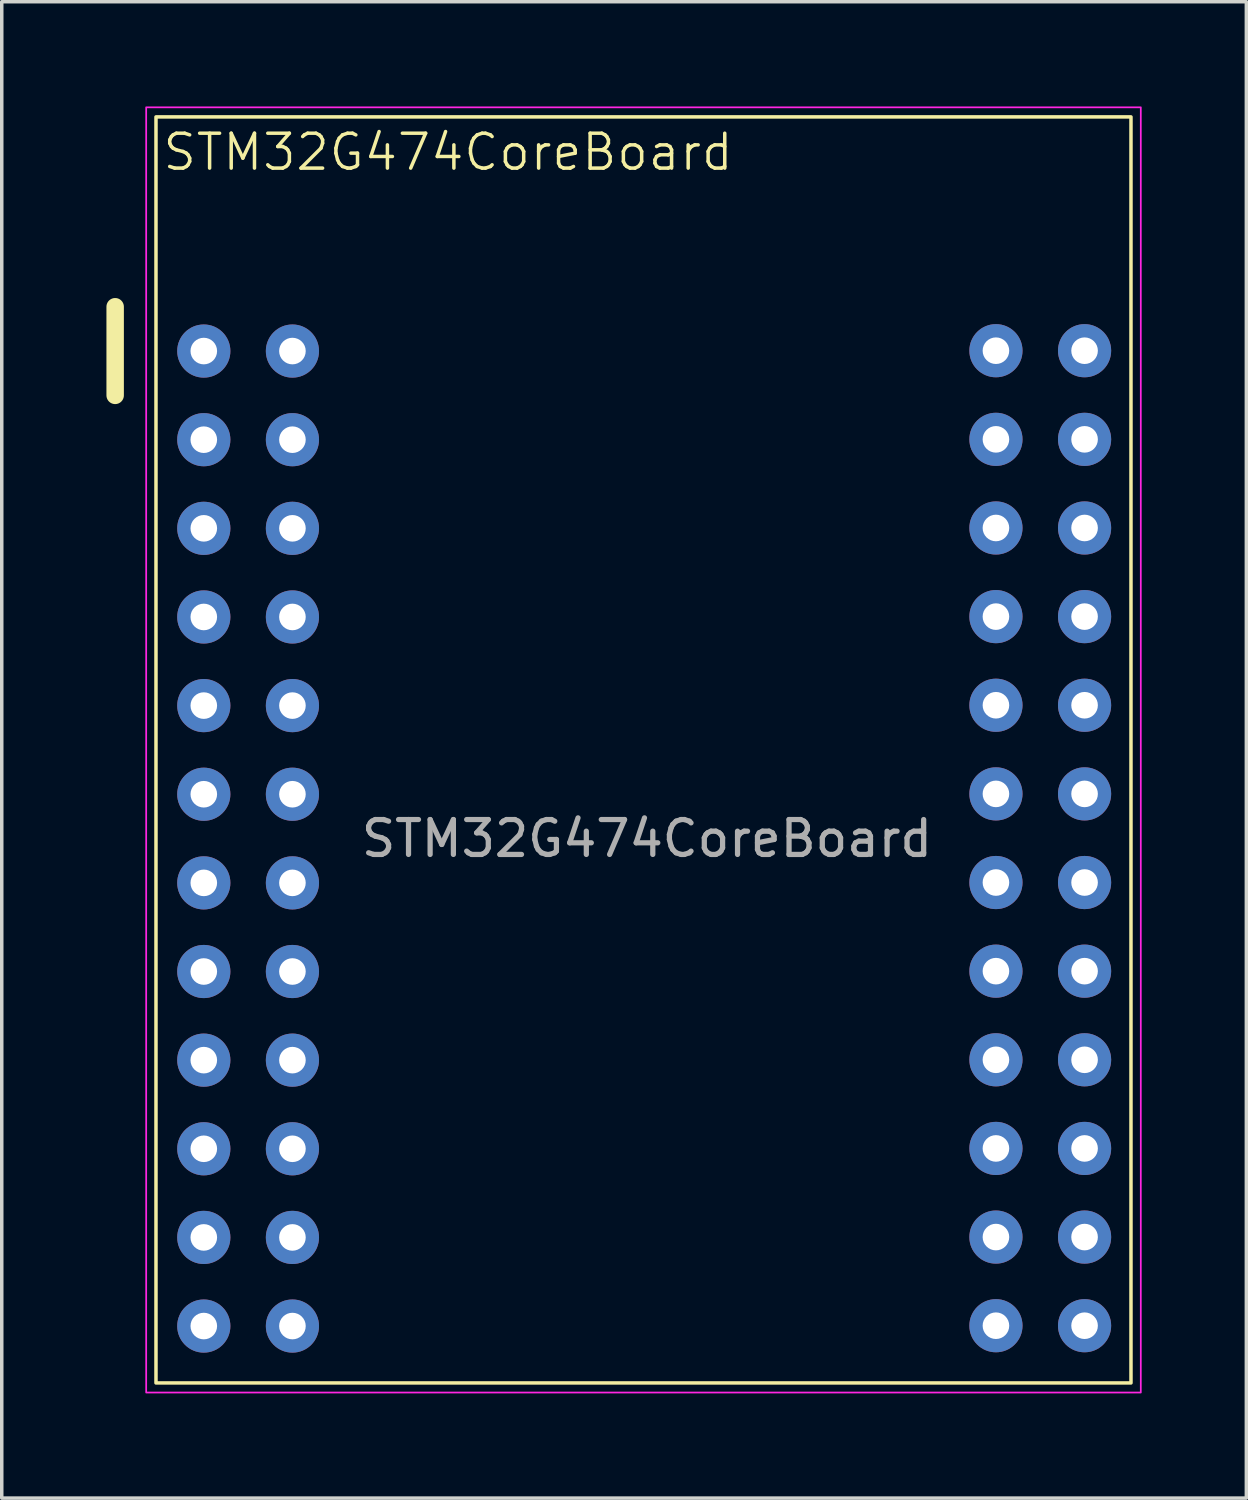
<source format=kicad_pcb>
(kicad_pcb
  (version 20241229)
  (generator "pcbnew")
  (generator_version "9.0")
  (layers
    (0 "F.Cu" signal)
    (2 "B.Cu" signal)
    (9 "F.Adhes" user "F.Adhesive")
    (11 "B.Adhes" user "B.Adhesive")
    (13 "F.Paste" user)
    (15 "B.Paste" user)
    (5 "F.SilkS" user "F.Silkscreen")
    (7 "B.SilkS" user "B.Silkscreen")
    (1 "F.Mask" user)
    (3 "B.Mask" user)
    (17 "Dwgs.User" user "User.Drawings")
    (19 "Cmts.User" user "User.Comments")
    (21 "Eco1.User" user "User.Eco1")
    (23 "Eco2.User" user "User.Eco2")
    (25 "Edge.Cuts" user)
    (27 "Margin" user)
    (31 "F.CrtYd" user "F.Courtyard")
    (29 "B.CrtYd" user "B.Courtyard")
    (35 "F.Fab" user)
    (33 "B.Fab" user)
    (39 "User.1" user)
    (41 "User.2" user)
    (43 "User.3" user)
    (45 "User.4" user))
  (footprint "STM32G474CoreBoard"
    (layer "F.Cu")
    (at 15.49 19.71)
    (property "Reference" "STM32G474CoreBoard" (at -5.7 -18.4 0) (unlocked yes) (layer "F.SilkS") (effects (font (size 1 1) (thickness 0.1))))
    (attr through_hole)
    (fp_line (start -15.24 -13.97) (end -15.24 -11.43) (stroke (width 0.5) (type default)) (layer "F.SilkS"))
    (fp_rect (start -14.07 -19.41) (end 13.87 16.87) (stroke (width 0.1) (type default)) (fill no) (layer "F.SilkS"))
    (fp_rect (start -14.351 -19.685) (end 14.151 17.145) (stroke (width 0.05) (type default)) (fill no) (layer "F.CrtYd"))
    (fp_text user "${REFERENCE}" (at 0 1.27 0) (unlocked yes) (layer "F.Fab") (effects (font (size 1 1) (thickness 0.15))))
    (pad "1" thru_hole circle (at -12.7 -12.7) (size 1.524 1.524) (drill 0.762) (layers "*.Cu" "*.Mask"))
    (pad "2" thru_hole circle (at -10.16 -12.7) (size 1.524 1.524) (drill 0.762) (layers "*.Cu" "*.Mask"))
    (pad "3" thru_hole circle (at -12.7 -10.16) (size 1.524 1.524) (drill 0.762) (layers "*.Cu" "*.Mask"))
    (pad "4" thru_hole circle (at -10.16 -10.16) (size 1.524 1.524) (drill 0.762) (layers "*.Cu" "*.Mask"))
    (pad "5" thru_hole circle (at -12.7 -7.62) (size 1.524 1.524) (drill 0.762) (layers "*.Cu" "*.Mask"))
    (pad "6" thru_hole circle (at -10.16 -7.62) (size 1.524 1.524) (drill 0.762) (layers "*.Cu" "*.Mask"))
    (pad "7" thru_hole circle (at -12.7 -5.08) (size 1.524 1.524) (drill 0.762) (layers "*.Cu" "*.Mask"))
    (pad "8" thru_hole circle (at -10.16 -5.08) (size 1.524 1.524) (drill 0.762) (layers "*.Cu" "*.Mask"))
    (pad "9" thru_hole circle (at -12.7 -2.54) (size 1.524 1.524) (drill 0.762) (layers "*.Cu" "*.Mask"))
    (pad "10" thru_hole circle (at -10.16 -2.54) (size 1.524 1.524) (drill 0.762) (layers "*.Cu" "*.Mask"))
    (pad "11" thru_hole circle (at -12.7 0) (size 1.524 1.524) (drill 0.762) (layers "*.Cu" "*.Mask"))
    (pad "12" thru_hole circle (at -10.16 0) (size 1.524 1.524) (drill 0.762) (layers "*.Cu" "*.Mask"))
    (pad "13" thru_hole circle (at -12.7 2.54) (size 1.524 1.524) (drill 0.762) (layers "*.Cu" "*.Mask"))
    (pad "14" thru_hole circle (at -10.16 2.54) (size 1.524 1.524) (drill 0.762) (layers "*.Cu" "*.Mask"))
    (pad "15" thru_hole circle (at -12.7 5.08) (size 1.524 1.524) (drill 0.762) (layers "*.Cu" "*.Mask"))
    (pad "16" thru_hole circle (at -10.16 5.08) (size 1.524 1.524) (drill 0.762) (layers "*.Cu" "*.Mask"))
    (pad "17" thru_hole circle (at -12.7 7.62) (size 1.524 1.524) (drill 0.762) (layers "*.Cu" "*.Mask"))
    (pad "18" thru_hole circle (at -10.16 7.62) (size 1.524 1.524) (drill 0.762) (layers "*.Cu" "*.Mask"))
    (pad "19" thru_hole circle (at -12.7 10.16) (size 1.524 1.524) (drill 0.762) (layers "*.Cu" "*.Mask"))
    (pad "20" thru_hole circle (at -10.16 10.16) (size 1.524 1.524) (drill 0.762) (layers "*.Cu" "*.Mask"))
    (pad "21" thru_hole circle (at -12.7 12.7) (size 1.524 1.524) (drill 0.762) (layers "*.Cu" "*.Mask"))
    (pad "22" thru_hole circle (at -10.16 12.7) (size 1.524 1.524) (drill 0.762) (layers "*.Cu" "*.Mask"))
    (pad "23" thru_hole circle (at -12.7 15.24) (size 1.524 1.524) (drill 0.762) (layers "*.Cu" "*.Mask"))
    (pad "24" thru_hole circle (at -10.16 15.24) (size 1.524 1.524) (drill 0.762) (layers "*.Cu" "*.Mask"))
    (pad "25" thru_hole circle (at 10 -12.71) (size 1.524 1.524) (drill 0.762) (layers "*.Cu" "*.Mask"))
    (pad "26" thru_hole circle (at 12.54 -12.71) (size 1.524 1.524) (drill 0.762) (layers "*.Cu" "*.Mask"))
    (pad "27" thru_hole circle (at 10 -10.17) (size 1.524 1.524) (drill 0.762) (layers "*.Cu" "*.Mask"))
    (pad "28" thru_hole circle (at 12.54 -10.17) (size 1.524 1.524) (drill 0.762) (layers "*.Cu" "*.Mask"))
    (pad "29" thru_hole circle (at 10 -7.63) (size 1.524 1.524) (drill 0.762) (layers "*.Cu" "*.Mask"))
    (pad "30" thru_hole circle (at 12.54 -7.63) (size 1.524 1.524) (drill 0.762) (layers "*.Cu" "*.Mask"))
    (pad "31" thru_hole circle (at 10 -5.09) (size 1.524 1.524) (drill 0.762) (layers "*.Cu" "*.Mask"))
    (pad "32" thru_hole circle (at 12.54 -5.09) (size 1.524 1.524) (drill 0.762) (layers "*.Cu" "*.Mask"))
    (pad "33" thru_hole circle (at 10 -2.55) (size 1.524 1.524) (drill 0.762) (layers "*.Cu" "*.Mask"))
    (pad "34" thru_hole circle (at 12.54 -2.55) (size 1.524 1.524) (drill 0.762) (layers "*.Cu" "*.Mask"))
    (pad "35" thru_hole circle (at 10 -0.01) (size 1.524 1.524) (drill 0.762) (layers "*.Cu" "*.Mask"))
    (pad "36" thru_hole circle (at 12.54 -0.01) (size 1.524 1.524) (drill 0.762) (layers "*.Cu" "*.Mask"))
    (pad "37" thru_hole circle (at 10 2.53) (size 1.524 1.524) (drill 0.762) (layers "*.Cu" "*.Mask"))
    (pad "38" thru_hole circle (at 12.54 2.53) (size 1.524 1.524) (drill 0.762) (layers "*.Cu" "*.Mask"))
    (pad "39" thru_hole circle (at 10 5.07) (size 1.524 1.524) (drill 0.762) (layers "*.Cu" "*.Mask"))
    (pad "40" thru_hole circle (at 12.54 5.07) (size 1.524 1.524) (drill 0.762) (layers "*.Cu" "*.Mask"))
    (pad "41" thru_hole circle (at 10 7.61) (size 1.524 1.524) (drill 0.762) (layers "*.Cu" "*.Mask"))
    (pad "42" thru_hole circle (at 12.54 7.61) (size 1.524 1.524) (drill 0.762) (layers "*.Cu" "*.Mask"))
    (pad "43" thru_hole circle (at 10 10.15) (size 1.524 1.524) (drill 0.762) (layers "*.Cu" "*.Mask"))
    (pad "44" thru_hole circle (at 12.54 10.15) (size 1.524 1.524) (drill 0.762) (layers "*.Cu" "*.Mask"))
    (pad "45" thru_hole circle (at 10 12.69) (size 1.524 1.524) (drill 0.762) (layers "*.Cu" "*.Mask"))
    (pad "46" thru_hole circle (at 12.54 12.69) (size 1.524 1.524) (drill 0.762) (layers "*.Cu" "*.Mask"))
    (pad "47" thru_hole circle (at 10 15.23) (size 1.524 1.524) (drill 0.762) (layers "*.Cu" "*.Mask"))
    (pad "48" thru_hole circle (at 12.54 15.23) (size 1.524 1.524) (drill 0.762) (layers "*.Cu" "*.Mask")))
  (gr_rect
    (start -3 -3)
    (end 32.666 39.88)
    (stroke (width 0.1) (type default))
    (fill no)
    (layer "Edge.Cuts")))
</source>
